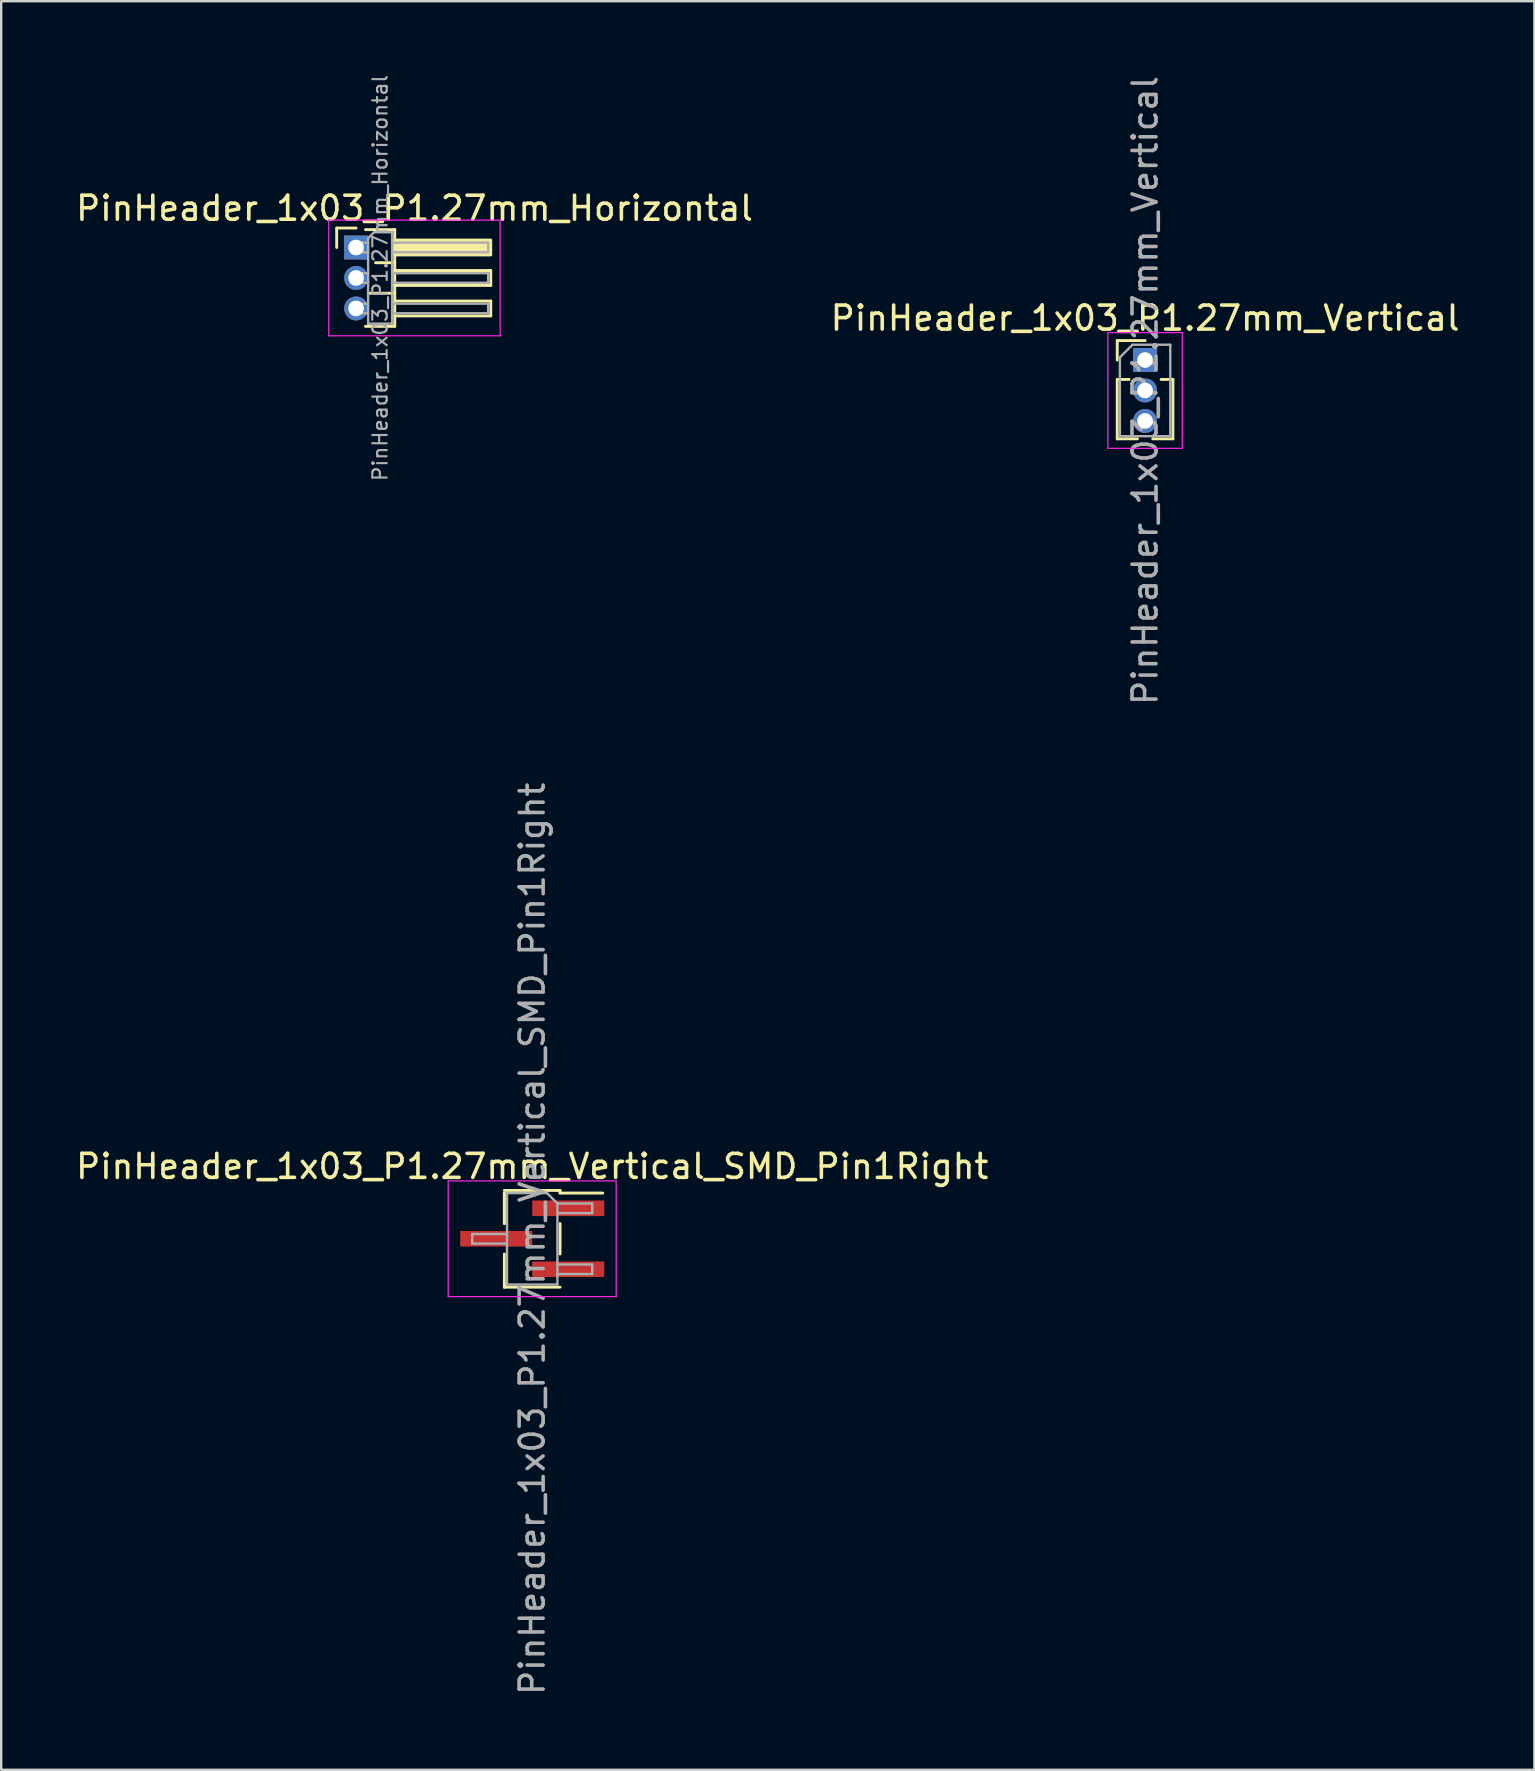
<source format=kicad_pcb>
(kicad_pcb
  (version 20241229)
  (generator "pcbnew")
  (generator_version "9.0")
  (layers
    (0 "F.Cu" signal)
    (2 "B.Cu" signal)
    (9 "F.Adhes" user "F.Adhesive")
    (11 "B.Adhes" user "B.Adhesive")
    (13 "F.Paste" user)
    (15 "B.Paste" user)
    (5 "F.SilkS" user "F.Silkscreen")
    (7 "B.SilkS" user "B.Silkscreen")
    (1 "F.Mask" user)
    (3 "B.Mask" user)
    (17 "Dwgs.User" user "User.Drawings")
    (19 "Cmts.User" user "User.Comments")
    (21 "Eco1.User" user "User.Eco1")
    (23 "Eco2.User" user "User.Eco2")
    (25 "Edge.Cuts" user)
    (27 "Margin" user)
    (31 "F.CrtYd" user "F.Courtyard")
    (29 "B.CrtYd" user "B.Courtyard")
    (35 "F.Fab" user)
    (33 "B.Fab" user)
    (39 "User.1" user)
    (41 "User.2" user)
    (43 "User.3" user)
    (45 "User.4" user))
  (footprint "PinHeader_1x03_P1.27mm_Vertical_SMD_Pin1Right"
    (layer "F.Cu")
    (at 19.125 48.565)
    (property "Reference" "PinHeader_1x03_P1.27mm_Vertical_SMD_Pin1Right" (at 0 -3.015 0) (layer "F.SilkS") (effects (font (size 1 1) (thickness 0.15))))
    (attr smd)
    (fp_line (start -1.16 -2.015) (end 1.16 -2.015) (stroke (width 0.12) (type solid)) (layer "F.SilkS"))
    (fp_line (start -1.16 -1.905) (end -1.16 -0.635) (stroke (width 0.12) (type solid)) (layer "F.SilkS"))
    (fp_line (start -1.16 -1.905) (end -1.16 -0.635) (stroke (width 0.12) (type solid)) (layer "F.SilkS"))
    (fp_line (start -1.16 0.635) (end -1.16 2.015) (stroke (width 0.12) (type solid)) (layer "F.SilkS"))
    (fp_line (start -1.16 1.905) (end -1.16 2.015) (stroke (width 0.12) (type solid)) (layer "F.SilkS"))
    (fp_line (start -1.16 2.015) (end 1.16 2.015) (stroke (width 0.12) (type solid)) (layer "F.SilkS"))
    (fp_line (start 1.16 -2.015) (end 1.16 -1.905) (stroke (width 0.12) (type solid)) (layer "F.SilkS"))
    (fp_line (start 1.16 -1.905) (end 2.94 -1.905) (stroke (width 0.12) (type solid)) (layer "F.SilkS"))
    (fp_line (start 1.16 -0.635) (end 1.16 0.635) (stroke (width 0.12) (type solid)) (layer "F.SilkS"))
    (fp_line (start -3.5 -2.41) (end -3.5 2.41) (stroke (width 0.05) (type solid)) (layer "F.CrtYd"))
    (fp_line (start -3.5 2.41) (end 3.5 2.41) (stroke (width 0.05) (type solid)) (layer "F.CrtYd"))
    (fp_line (start 3.5 -2.41) (end -3.5 -2.41) (stroke (width 0.05) (type solid)) (layer "F.CrtYd"))
    (fp_line (start 3.5 2.41) (end 3.5 -2.41) (stroke (width 0.05) (type solid)) (layer "F.CrtYd"))
    (fp_line (start -2.5 -0.2) (end -2.5 0.2) (stroke (width 0.1) (type solid)) (layer "F.Fab"))
    (fp_line (start -2.5 0.2) (end -1.05 0.2) (stroke (width 0.1) (type solid)) (layer "F.Fab"))
    (fp_line (start -1.05 -1.905) (end -1.05 1.905) (stroke (width 0.1) (type solid)) (layer "F.Fab"))
    (fp_line (start -1.05 -1.905) (end 0.615 -1.905) (stroke (width 0.1) (type solid)) (layer "F.Fab"))
    (fp_line (start -1.05 -0.2) (end -2.5 -0.2) (stroke (width 0.1) (type solid)) (layer "F.Fab"))
    (fp_line (start 1.05 -1.47) (end 0.615 -1.905) (stroke (width 0.1) (type solid)) (layer "F.Fab"))
    (fp_line (start 1.05 -1.47) (end 2.5 -1.47) (stroke (width 0.1) (type solid)) (layer "F.Fab"))
    (fp_line (start 1.05 1.07) (end 2.5 1.07) (stroke (width 0.1) (type solid)) (layer "F.Fab"))
    (fp_line (start 1.05 1.905) (end -1.05 1.905) (stroke (width 0.1) (type solid)) (layer "F.Fab"))
    (fp_line (start 1.05 1.905) (end 1.05 -1.47) (stroke (width 0.1) (type solid)) (layer "F.Fab"))
    (fp_line (start 2.5 -1.47) (end 2.5 -1.07) (stroke (width 0.1) (type solid)) (layer "F.Fab"))
    (fp_line (start 2.5 -1.07) (end 1.05 -1.07) (stroke (width 0.1) (type solid)) (layer "F.Fab"))
    (fp_line (start 2.5 1.07) (end 2.5 1.47) (stroke (width 0.1) (type solid)) (layer "F.Fab"))
    (fp_line (start 2.5 1.47) (end 1.05 1.47) (stroke (width 0.1) (type solid)) (layer "F.Fab"))
    (fp_text user "${REFERENCE}" (at 0 0 90) (layer "F.Fab") (effects (font (size 1 1) (thickness 0.15))))
    (pad "1" smd rect (at 1.5 -1.27) (size 3 0.65) (layers "F.Cu" "F.Mask" "F.Paste"))
    (pad "2" smd rect (at -1.5 0) (size 3 0.65) (layers "F.Cu" "F.Mask" "F.Paste"))
    (pad "3" smd rect (at 1.5 1.27) (size 3 0.65) (layers "F.Cu" "F.Mask" "F.Paste")))
  (footprint "PinHeader_1x03_P1.27mm_Horizontal"
    (layer "F.Cu")
    (at 11.788 7.262)
    (property "Reference" "PinHeader_1x03_P1.27mm_Horizontal" (at 2.433 -1.635 0) (layer "F.SilkS") (effects (font (size 1 1) (thickness 0.15))))
    (attr through_hole)
    (fp_line (start -0.81 -0.81) (end 0 -0.81) (stroke (width 0.12) (type solid)) (layer "F.SilkS"))
    (fp_line (start -0.81 0) (end -0.81 -0.81) (stroke (width 0.12) (type solid)) (layer "F.SilkS"))
    (fp_line (start 0.39 -0.745) (end 1.61 -0.745) (stroke (width 0.12) (type solid)) (layer "F.SilkS"))
    (fp_line (start 0.503 1.905) (end 1.61 1.905) (stroke (width 0.12) (type solid)) (layer "F.SilkS"))
    (fp_line (start 0.81 0.635) (end 1.61 0.635) (stroke (width 0.12) (type solid)) (layer "F.SilkS"))
    (fp_line (start 1.61 -0.745) (end 1.61 3.285) (stroke (width 0.12) (type solid)) (layer "F.SilkS"))
    (fp_line (start 1.61 0.96) (end 5.61 0.96) (stroke (width 0.12) (type solid)) (layer "F.SilkS"))
    (fp_line (start 1.61 2.23) (end 5.61 2.23) (stroke (width 0.12) (type solid)) (layer "F.SilkS"))
    (fp_line (start 1.61 3.285) (end 0.39 3.285) (stroke (width 0.12) (type solid)) (layer "F.SilkS"))
    (fp_line (start 5.61 0.96) (end 5.61 1.58) (stroke (width 0.12) (type solid)) (layer "F.SilkS"))
    (fp_line (start 5.61 1.58) (end 1.61 1.58) (stroke (width 0.12) (type solid)) (layer "F.SilkS"))
    (fp_line (start 5.61 2.23) (end 5.61 2.85) (stroke (width 0.12) (type solid)) (layer "F.SilkS"))
    (fp_line (start 5.61 2.85) (end 1.61 2.85) (stroke (width 0.12) (type solid)) (layer "F.SilkS"))
    (fp_rect (start 1.61 -0.31) (end 5.61 0.31) (stroke (width 0.12) (type solid)) (fill yes) (layer "F.SilkS"))
    (fp_line (start -1.14 -1.14) (end -1.14 3.68) (stroke (width 0.05) (type solid)) (layer "F.CrtYd"))
    (fp_line (start -1.14 3.68) (end 6 3.68) (stroke (width 0.05) (type solid)) (layer "F.CrtYd"))
    (fp_line (start 6 -1.14) (end -1.14 -1.14) (stroke (width 0.05) (type solid)) (layer "F.CrtYd"))
    (fp_line (start 6 3.68) (end 6 -1.14) (stroke (width 0.05) (type solid)) (layer "F.CrtYd"))
    (fp_line (start -0.2 -0.2) (end -0.2 0.2) (stroke (width 0.1) (type solid)) (layer "F.Fab"))
    (fp_line (start -0.2 -0.2) (end 0.5 -0.2) (stroke (width 0.1) (type solid)) (layer "F.Fab"))
    (fp_line (start -0.2 0.2) (end 0.5 0.2) (stroke (width 0.1) (type solid)) (layer "F.Fab"))
    (fp_line (start -0.2 1.07) (end -0.2 1.47) (stroke (width 0.1) (type solid)) (layer "F.Fab"))
    (fp_line (start -0.2 1.07) (end 0.5 1.07) (stroke (width 0.1) (type solid)) (layer "F.Fab"))
    (fp_line (start -0.2 1.47) (end 0.5 1.47) (stroke (width 0.1) (type solid)) (layer "F.Fab"))
    (fp_line (start -0.2 2.34) (end -0.2 2.74) (stroke (width 0.1) (type solid)) (layer "F.Fab"))
    (fp_line (start -0.2 2.34) (end 0.5 2.34) (stroke (width 0.1) (type solid)) (layer "F.Fab"))
    (fp_line (start -0.2 2.74) (end 0.5 2.74) (stroke (width 0.1) (type solid)) (layer "F.Fab"))
    (fp_line (start 0.5 -0.385) (end 0.75 -0.635) (stroke (width 0.1) (type solid)) (layer "F.Fab"))
    (fp_line (start 0.5 3.175) (end 0.5 -0.385) (stroke (width 0.1) (type solid)) (layer "F.Fab"))
    (fp_line (start 0.75 -0.635) (end 1.5 -0.635) (stroke (width 0.1) (type solid)) (layer "F.Fab"))
    (fp_line (start 1.5 -0.635) (end 1.5 3.175) (stroke (width 0.1) (type solid)) (layer "F.Fab"))
    (fp_line (start 1.5 -0.2) (end 5.5 -0.2) (stroke (width 0.1) (type solid)) (layer "F.Fab"))
    (fp_line (start 1.5 0.2) (end 5.5 0.2) (stroke (width 0.1) (type solid)) (layer "F.Fab"))
    (fp_line (start 1.5 1.07) (end 5.5 1.07) (stroke (width 0.1) (type solid)) (layer "F.Fab"))
    (fp_line (start 1.5 1.47) (end 5.5 1.47) (stroke (width 0.1) (type solid)) (layer "F.Fab"))
    (fp_line (start 1.5 2.34) (end 5.5 2.34) (stroke (width 0.1) (type solid)) (layer "F.Fab"))
    (fp_line (start 1.5 2.74) (end 5.5 2.74) (stroke (width 0.1) (type solid)) (layer "F.Fab"))
    (fp_line (start 1.5 3.175) (end 0.5 3.175) (stroke (width 0.1) (type solid)) (layer "F.Fab"))
    (fp_line (start 5.5 -0.2) (end 5.5 0.2) (stroke (width 0.1) (type solid)) (layer "F.Fab"))
    (fp_line (start 5.5 1.07) (end 5.5 1.47) (stroke (width 0.1) (type solid)) (layer "F.Fab"))
    (fp_line (start 5.5 2.34) (end 5.5 2.74) (stroke (width 0.1) (type solid)) (layer "F.Fab"))
    (fp_text user "${REFERENCE}" (at 1 1.27 90) (layer "F.Fab") (effects (font (size 0.6 0.6) (thickness 0.09))))
    (pad "1" thru_hole rect (at 0 0) (size 1 1) (drill 0.65) (layers "*.Cu" "*.Mask"))
    (pad "2" thru_hole circle (at 0 1.27) (size 1 1) (drill 0.65) (layers "*.Cu" "*.Mask"))
    (pad "3" thru_hole circle (at 0 2.54) (size 1 1) (drill 0.65) (layers "*.Cu" "*.Mask")))
  (footprint "PinHeader_1x03_P1.27mm_Vertical"
    (layer "F.Cu")
    (at 44.661 11.95)
    (property "Reference" "PinHeader_1x03_P1.27mm_Vertical" (at 0 -1.745 0) (layer "F.SilkS") (effects (font (size 1 1) (thickness 0.15))))
    (attr through_hole)
    (fp_line (start -1.16 -0.81) (end 0 -0.81) (stroke (width 0.12) (type solid)) (layer "F.SilkS"))
    (fp_line (start -1.16 0) (end -1.16 -0.81) (stroke (width 0.12) (type solid)) (layer "F.SilkS"))
    (fp_line (start -1.16 0.81) (end -1.16 3.285) (stroke (width 0.12) (type solid)) (layer "F.SilkS"))
    (fp_line (start -1.16 0.81) (end -0.667 0.81) (stroke (width 0.12) (type solid)) (layer "F.SilkS"))
    (fp_line (start -1.16 3.285) (end -0.318 3.285) (stroke (width 0.12) (type solid)) (layer "F.SilkS"))
    (fp_line (start 0.318 3.285) (end 1.16 3.285) (stroke (width 0.12) (type solid)) (layer "F.SilkS"))
    (fp_line (start 0.667 0.81) (end 1.16 0.81) (stroke (width 0.12) (type solid)) (layer "F.SilkS"))
    (fp_line (start 1.16 0.81) (end 1.16 3.285) (stroke (width 0.12) (type solid)) (layer "F.SilkS"))
    (fp_line (start -1.55 -1.14) (end -1.55 3.68) (stroke (width 0.05) (type solid)) (layer "F.CrtYd"))
    (fp_line (start -1.55 3.68) (end 1.55 3.68) (stroke (width 0.05) (type solid)) (layer "F.CrtYd"))
    (fp_line (start 1.55 -1.14) (end -1.55 -1.14) (stroke (width 0.05) (type solid)) (layer "F.CrtYd"))
    (fp_line (start 1.55 3.68) (end 1.55 -1.14) (stroke (width 0.05) (type solid)) (layer "F.CrtYd"))
    (fp_line (start -1.05 -0.11) (end -0.525 -0.635) (stroke (width 0.1) (type solid)) (layer "F.Fab"))
    (fp_line (start -1.05 3.175) (end -1.05 -0.11) (stroke (width 0.1) (type solid)) (layer "F.Fab"))
    (fp_line (start -0.525 -0.635) (end 1.05 -0.635) (stroke (width 0.1) (type solid)) (layer "F.Fab"))
    (fp_line (start 1.05 -0.635) (end 1.05 3.175) (stroke (width 0.1) (type solid)) (layer "F.Fab"))
    (fp_line (start 1.05 3.175) (end -1.05 3.175) (stroke (width 0.1) (type solid)) (layer "F.Fab"))
    (fp_text user "${REFERENCE}" (at 0 1.27 90) (layer "F.Fab") (effects (font (size 1 1) (thickness 0.15))))
    (pad "1" thru_hole rect (at 0 0) (size 1 1) (drill 0.65) (layers "*.Cu" "*.Mask"))
    (pad "2" thru_hole circle (at 0 1.27) (size 1 1) (drill 0.65) (layers "*.Cu" "*.Mask"))
    (pad "3" thru_hole circle (at 0 2.54) (size 1 1) (drill 0.65) (layers "*.Cu" "*.Mask")))
  (gr_rect
    (start -3 -3)
    (end 60.881 70.69)
    (stroke (width 0.1) (type default))
    (fill no)
    (layer "Edge.Cuts")))
</source>
